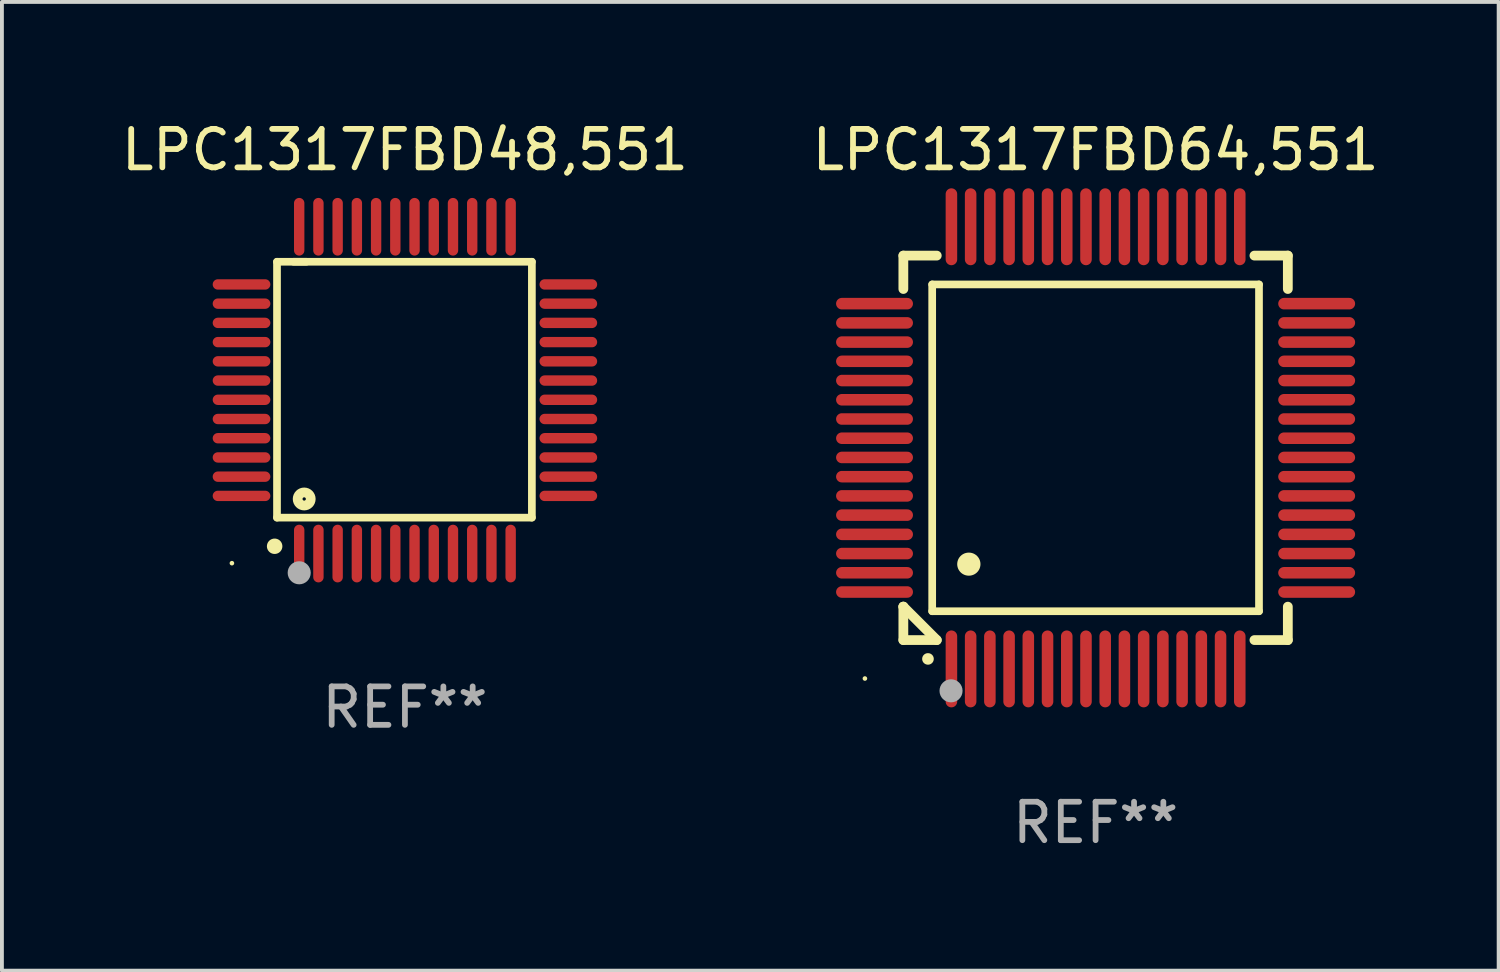
<source format=kicad_pcb>
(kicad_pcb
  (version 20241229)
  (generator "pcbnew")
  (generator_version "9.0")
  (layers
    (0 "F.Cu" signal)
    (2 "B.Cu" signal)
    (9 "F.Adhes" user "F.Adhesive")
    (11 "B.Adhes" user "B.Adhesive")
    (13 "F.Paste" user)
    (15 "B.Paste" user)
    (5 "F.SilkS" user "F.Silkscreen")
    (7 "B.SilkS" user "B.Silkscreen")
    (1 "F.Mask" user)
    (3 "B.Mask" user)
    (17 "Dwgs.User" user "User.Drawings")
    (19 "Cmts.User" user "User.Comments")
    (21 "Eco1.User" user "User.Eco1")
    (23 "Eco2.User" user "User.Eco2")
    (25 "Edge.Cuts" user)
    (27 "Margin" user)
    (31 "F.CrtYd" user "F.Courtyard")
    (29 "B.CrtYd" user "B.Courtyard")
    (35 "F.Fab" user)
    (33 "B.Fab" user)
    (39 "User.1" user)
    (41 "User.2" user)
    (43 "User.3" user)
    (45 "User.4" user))
  (footprint "LPC1317FBD64,551"
    (layer "F.Cu")
    (at 25.446 8.598)
    (property "Reference" "LPC1317FBD64,551" (at 0 -7.75 0) (layer "F.SilkS") (effects (font (size 1 1) (thickness 0.15))))
    (attr through_hole)
    (fp_line (start -5 -5) (end -4.131 -5) (stroke (width 0.254) (type solid)) (layer "F.SilkS"))
    (fp_line (start -5 -4.131) (end -5 -5) (stroke (width 0.254) (type solid)) (layer "F.SilkS"))
    (fp_line (start -5 4.131) (end -5 4.131) (stroke (width 0.254) (type solid)) (layer "F.SilkS"))
    (fp_line (start -5 5) (end -5 4.131) (stroke (width 0.254) (type solid)) (layer "F.SilkS"))
    (fp_line (start -5 4.131) (end -4.131 5) (stroke (width 0.254) (type solid)) (layer "F.SilkS"))
    (fp_line (start -4.25 -4.25) (end -4.25 4.25) (stroke (width 0.2) (type solid)) (layer "F.SilkS"))
    (fp_line (start -4.25 4.25) (end 4.25 4.25) (stroke (width 0.2) (type solid)) (layer "F.SilkS"))
    (fp_line (start -4.131 5) (end -5 5) (stroke (width 0.254) (type solid)) (layer "F.SilkS"))
    (fp_line (start 4.25 -4.25) (end -4.25 -4.25) (stroke (width 0.2) (type solid)) (layer "F.SilkS"))
    (fp_line (start 4.25 4.25) (end 4.25 -4.25) (stroke (width 0.2) (type solid)) (layer "F.SilkS"))
    (fp_line (start 5 -5) (end 4.131 -5) (stroke (width 0.254) (type solid)) (layer "F.SilkS"))
    (fp_line (start 5 -5) (end 5 -4.131) (stroke (width 0.254) (type solid)) (layer "F.SilkS"))
    (fp_line (start 5 4.131) (end 5 5) (stroke (width 0.254) (type solid)) (layer "F.SilkS"))
    (fp_line (start 5 5) (end 4.131 5) (stroke (width 0.254) (type solid)) (layer "F.SilkS"))
    (fp_arc (start -4.361265 5.489992) (mid -4.359995 5.489987) (end -4.358725 5.489992) (stroke (width 0.3) (type solid)) (layer "F.SilkS"))
    (fp_arc (start -3.299467 3.025146) (mid -3.296927 3.025135) (end -3.294387 3.025146) (stroke (width 0.6) (type solid)) (layer "F.SilkS"))
    (fp_circle (center -6 6) (end -5.97 6) (stroke (width 0.06) (type solid)) (fill no) (layer "F.SilkS"))
    (fp_circle (center -3.76 6.32) (end -3.61 6.32) (stroke (width 0.3) (type solid)) (fill no) (layer "F.Fab"))
    (fp_text user "REF**" (at 0 9.75 0) (layer "F.Fab") (effects (font (size 1 1) (thickness 0.15))))
    (pad "1" smd oval (at -3.75 5.75) (size 0.3 2) (layers "F.Cu" "F.Mask" "F.Paste"))
    (pad "2" smd oval (at -3.25 5.75) (size 0.3 2) (layers "F.Cu" "F.Mask" "F.Paste"))
    (pad "3" smd oval (at -2.75 5.75) (size 0.3 2) (layers "F.Cu" "F.Mask" "F.Paste"))
    (pad "4" smd oval (at -2.25 5.75) (size 0.3 2) (layers "F.Cu" "F.Mask" "F.Paste"))
    (pad "5" smd oval (at -1.75 5.75) (size 0.3 2) (layers "F.Cu" "F.Mask" "F.Paste"))
    (pad "6" smd oval (at -1.25 5.75) (size 0.3 2) (layers "F.Cu" "F.Mask" "F.Paste"))
    (pad "7" smd oval (at -0.75 5.75) (size 0.3 2) (layers "F.Cu" "F.Mask" "F.Paste"))
    (pad "8" smd oval (at -0.25 5.75) (size 0.3 2) (layers "F.Cu" "F.Mask" "F.Paste"))
    (pad "9" smd oval (at 0.25 5.75) (size 0.3 2) (layers "F.Cu" "F.Mask" "F.Paste"))
    (pad "10" smd oval (at 0.75 5.75) (size 0.3 2) (layers "F.Cu" "F.Mask" "F.Paste"))
    (pad "11" smd oval (at 1.25 5.75) (size 0.3 2) (layers "F.Cu" "F.Mask" "F.Paste"))
    (pad "12" smd oval (at 1.75 5.75) (size 0.3 2) (layers "F.Cu" "F.Mask" "F.Paste"))
    (pad "13" smd oval (at 2.25 5.75) (size 0.3 2) (layers "F.Cu" "F.Mask" "F.Paste"))
    (pad "14" smd oval (at 2.75 5.75) (size 0.3 2) (layers "F.Cu" "F.Mask" "F.Paste"))
    (pad "15" smd oval (at 3.25 5.75) (size 0.3 2) (layers "F.Cu" "F.Mask" "F.Paste"))
    (pad "16" smd oval (at 3.75 5.75) (size 0.3 2) (layers "F.Cu" "F.Mask" "F.Paste"))
    (pad "17" smd oval (at 5.75 3.75) (size 2 0.3) (layers "F.Cu" "F.Mask" "F.Paste"))
    (pad "18" smd oval (at 5.75 3.25) (size 2 0.3) (layers "F.Cu" "F.Mask" "F.Paste"))
    (pad "19" smd oval (at 5.75 2.75) (size 2 0.3) (layers "F.Cu" "F.Mask" "F.Paste"))
    (pad "20" smd oval (at 5.75 2.25) (size 2 0.3) (layers "F.Cu" "F.Mask" "F.Paste"))
    (pad "21" smd oval (at 5.75 1.75) (size 2 0.3) (layers "F.Cu" "F.Mask" "F.Paste"))
    (pad "22" smd oval (at 5.75 1.25) (size 2 0.3) (layers "F.Cu" "F.Mask" "F.Paste"))
    (pad "23" smd oval (at 5.75 0.75) (size 2 0.3) (layers "F.Cu" "F.Mask" "F.Paste"))
    (pad "24" smd oval (at 5.75 0.25) (size 2 0.3) (layers "F.Cu" "F.Mask" "F.Paste"))
    (pad "25" smd oval (at 5.75 -0.25) (size 2 0.3) (layers "F.Cu" "F.Mask" "F.Paste"))
    (pad "26" smd oval (at 5.75 -0.75) (size 2 0.3) (layers "F.Cu" "F.Mask" "F.Paste"))
    (pad "27" smd oval (at 5.75 -1.25) (size 2 0.3) (layers "F.Cu" "F.Mask" "F.Paste"))
    (pad "28" smd oval (at 5.75 -1.75) (size 2 0.3) (layers "F.Cu" "F.Mask" "F.Paste"))
    (pad "29" smd oval (at 5.75 -2.25) (size 2 0.3) (layers "F.Cu" "F.Mask" "F.Paste"))
    (pad "30" smd oval (at 5.75 -2.75) (size 2 0.3) (layers "F.Cu" "F.Mask" "F.Paste"))
    (pad "31" smd oval (at 5.75 -3.25) (size 2 0.3) (layers "F.Cu" "F.Mask" "F.Paste"))
    (pad "32" smd oval (at 5.75 -3.75) (size 2 0.3) (layers "F.Cu" "F.Mask" "F.Paste"))
    (pad "33" smd oval (at 3.75 -5.75) (size 0.3 2) (layers "F.Cu" "F.Mask" "F.Paste"))
    (pad "34" smd oval (at 3.25 -5.75) (size 0.3 2) (layers "F.Cu" "F.Mask" "F.Paste"))
    (pad "35" smd oval (at 2.75 -5.75) (size 0.3 2) (layers "F.Cu" "F.Mask" "F.Paste"))
    (pad "36" smd oval (at 2.25 -5.75) (size 0.3 2) (layers "F.Cu" "F.Mask" "F.Paste"))
    (pad "37" smd oval (at 1.75 -5.75) (size 0.3 2) (layers "F.Cu" "F.Mask" "F.Paste"))
    (pad "38" smd oval (at 1.25 -5.75) (size 0.3 2) (layers "F.Cu" "F.Mask" "F.Paste"))
    (pad "39" smd oval (at 0.75 -5.75) (size 0.3 2) (layers "F.Cu" "F.Mask" "F.Paste"))
    (pad "40" smd oval (at 0.25 -5.75) (size 0.3 2) (layers "F.Cu" "F.Mask" "F.Paste"))
    (pad "41" smd oval (at -0.25 -5.75) (size 0.3 2) (layers "F.Cu" "F.Mask" "F.Paste"))
    (pad "42" smd oval (at -0.75 -5.75) (size 0.3 2) (layers "F.Cu" "F.Mask" "F.Paste"))
    (pad "43" smd oval (at -1.25 -5.75) (size 0.3 2) (layers "F.Cu" "F.Mask" "F.Paste"))
    (pad "44" smd oval (at -1.75 -5.75) (size 0.3 2) (layers "F.Cu" "F.Mask" "F.Paste"))
    (pad "45" smd oval (at -2.25 -5.75) (size 0.3 2) (layers "F.Cu" "F.Mask" "F.Paste"))
    (pad "46" smd oval (at -2.75 -5.75) (size 0.3 2) (layers "F.Cu" "F.Mask" "F.Paste"))
    (pad "47" smd oval (at -3.25 -5.75) (size 0.3 2) (layers "F.Cu" "F.Mask" "F.Paste"))
    (pad "48" smd oval (at -3.75 -5.75) (size 0.3 2) (layers "F.Cu" "F.Mask" "F.Paste"))
    (pad "49" smd oval (at -5.75 -3.75) (size 2 0.3) (layers "F.Cu" "F.Mask" "F.Paste"))
    (pad "50" smd oval (at -5.75 -3.25) (size 2 0.3) (layers "F.Cu" "F.Mask" "F.Paste"))
    (pad "51" smd oval (at -5.75 -2.75) (size 2 0.3) (layers "F.Cu" "F.Mask" "F.Paste"))
    (pad "52" smd oval (at -5.75 -2.25) (size 2 0.3) (layers "F.Cu" "F.Mask" "F.Paste"))
    (pad "53" smd oval (at -5.75 -1.75) (size 2 0.3) (layers "F.Cu" "F.Mask" "F.Paste"))
    (pad "54" smd oval (at -5.75 -1.25) (size 2 0.3) (layers "F.Cu" "F.Mask" "F.Paste"))
    (pad "55" smd oval (at -5.75 -0.75) (size 2 0.3) (layers "F.Cu" "F.Mask" "F.Paste"))
    (pad "56" smd oval (at -5.75 -0.25) (size 2 0.3) (layers "F.Cu" "F.Mask" "F.Paste"))
    (pad "57" smd oval (at -5.75 0.25) (size 2 0.3) (layers "F.Cu" "F.Mask" "F.Paste"))
    (pad "58" smd oval (at -5.75 0.75) (size 2 0.3) (layers "F.Cu" "F.Mask" "F.Paste"))
    (pad "59" smd oval (at -5.75 1.25) (size 2 0.3) (layers "F.Cu" "F.Mask" "F.Paste"))
    (pad "60" smd oval (at -5.75 1.75) (size 2 0.3) (layers "F.Cu" "F.Mask" "F.Paste"))
    (pad "61" smd oval (at -5.75 2.25) (size 2 0.3) (layers "F.Cu" "F.Mask" "F.Paste"))
    (pad "62" smd oval (at -5.75 2.75) (size 2 0.3) (layers "F.Cu" "F.Mask" "F.Paste"))
    (pad "63" smd oval (at -5.75 3.25) (size 2 0.3) (layers "F.Cu" "F.Mask" "F.Paste"))
    (pad "64" smd oval (at -5.75 3.75) (size 2 0.3) (layers "F.Cu" "F.Mask" "F.Paste")))
  (footprint "LPC1317FBD48,551"
    (layer "F.Cu")
    (at 7.482 7.098)
    (property "Reference" "LPC1317FBD48,551" (at 0 -6.25 0) (layer "F.SilkS") (effects (font (size 1 1) (thickness 0.15))))
    (attr through_hole)
    (fp_line (start -3.327 -3.34) (end -2.565 -3.34) (stroke (width 0.2) (type solid)) (layer "F.SilkS"))
    (fp_line (start -3.327 3.315) (end -3.327 -3.34) (stroke (width 0.2) (type solid)) (layer "F.SilkS"))
    (fp_line (start -2.896 -3.34) (end 3.302 -3.34) (stroke (width 0.2) (type solid)) (layer "F.SilkS"))
    (fp_line (start 3.302 -3.34) (end 3.302 3.315) (stroke (width 0.2) (type solid)) (layer "F.SilkS"))
    (fp_line (start 3.302 3.315) (end -3.327 3.315) (stroke (width 0.2) (type solid)) (layer "F.SilkS"))
    (fp_arc (start -3.389992 4.059995) (mid -3.388722 4.059991) (end -3.387452 4.059995) (stroke (width 0.4) (type solid)) (layer "F.SilkS"))
    (fp_circle (center -4.5 4.5) (end -4.47 4.5) (stroke (width 0.06) (type solid)) (fill no) (layer "F.SilkS"))
    (fp_circle (center -2.62 2.83) (end -2.45 2.83) (stroke (width 0.254) (type solid)) (fill no) (layer "F.SilkS"))
    (fp_circle (center -2.75 4.75) (end -2.6 4.75) (stroke (width 0.3) (type solid)) (fill no) (layer "F.Fab"))
    (fp_text user "REF**" (at 0 8.25 0) (layer "F.Fab") (effects (font (size 1 1) (thickness 0.15))))
    (pad "1" smd oval (at -2.75 4.25) (size 0.27 1.5) (layers "F.Cu" "F.Mask" "F.Paste"))
    (pad "2" smd oval (at -2.25 4.25) (size 0.27 1.5) (layers "F.Cu" "F.Mask" "F.Paste"))
    (pad "3" smd oval (at -1.75 4.25) (size 0.27 1.5) (layers "F.Cu" "F.Mask" "F.Paste"))
    (pad "4" smd oval (at -1.25 4.25) (size 0.27 1.5) (layers "F.Cu" "F.Mask" "F.Paste"))
    (pad "5" smd oval (at -0.75 4.25) (size 0.27 1.5) (layers "F.Cu" "F.Mask" "F.Paste"))
    (pad "6" smd oval (at -0.25 4.25) (size 0.27 1.5) (layers "F.Cu" "F.Mask" "F.Paste"))
    (pad "7" smd oval (at 0.25 4.25) (size 0.27 1.5) (layers "F.Cu" "F.Mask" "F.Paste"))
    (pad "8" smd oval (at 0.75 4.25) (size 0.27 1.5) (layers "F.Cu" "F.Mask" "F.Paste"))
    (pad "9" smd oval (at 1.25 4.25) (size 0.27 1.5) (layers "F.Cu" "F.Mask" "F.Paste"))
    (pad "10" smd oval (at 1.75 4.25) (size 0.27 1.5) (layers "F.Cu" "F.Mask" "F.Paste"))
    (pad "11" smd oval (at 2.25 4.25) (size 0.27 1.5) (layers "F.Cu" "F.Mask" "F.Paste"))
    (pad "12" smd oval (at 2.75 4.25) (size 0.27 1.5) (layers "F.Cu" "F.Mask" "F.Paste"))
    (pad "13" smd oval (at 4.25 2.75) (size 1.5 0.27) (layers "F.Cu" "F.Mask" "F.Paste"))
    (pad "14" smd oval (at 4.25 2.25) (size 1.5 0.27) (layers "F.Cu" "F.Mask" "F.Paste"))
    (pad "15" smd oval (at 4.25 1.75) (size 1.5 0.27) (layers "F.Cu" "F.Mask" "F.Paste"))
    (pad "16" smd oval (at 4.25 1.25) (size 1.5 0.27) (layers "F.Cu" "F.Mask" "F.Paste"))
    (pad "17" smd oval (at 4.25 0.75) (size 1.5 0.27) (layers "F.Cu" "F.Mask" "F.Paste"))
    (pad "18" smd oval (at 4.25 0.25) (size 1.5 0.27) (layers "F.Cu" "F.Mask" "F.Paste"))
    (pad "19" smd oval (at 4.25 -0.25) (size 1.5 0.27) (layers "F.Cu" "F.Mask" "F.Paste"))
    (pad "20" smd oval (at 4.25 -0.75) (size 1.5 0.27) (layers "F.Cu" "F.Mask" "F.Paste"))
    (pad "21" smd oval (at 4.25 -1.25) (size 1.5 0.27) (layers "F.Cu" "F.Mask" "F.Paste"))
    (pad "22" smd oval (at 4.25 -1.75) (size 1.5 0.27) (layers "F.Cu" "F.Mask" "F.Paste"))
    (pad "23" smd oval (at 4.25 -2.25) (size 1.5 0.27) (layers "F.Cu" "F.Mask" "F.Paste"))
    (pad "24" smd oval (at 4.25 -2.75) (size 1.5 0.27) (layers "F.Cu" "F.Mask" "F.Paste"))
    (pad "25" smd oval (at 2.75 -4.25) (size 0.27 1.5) (layers "F.Cu" "F.Mask" "F.Paste"))
    (pad "26" smd oval (at 2.25 -4.25) (size 0.27 1.5) (layers "F.Cu" "F.Mask" "F.Paste"))
    (pad "27" smd oval (at 1.75 -4.25) (size 0.27 1.5) (layers "F.Cu" "F.Mask" "F.Paste"))
    (pad "28" smd oval (at 1.25 -4.25) (size 0.27 1.5) (layers "F.Cu" "F.Mask" "F.Paste"))
    (pad "29" smd oval (at 0.75 -4.25) (size 0.27 1.5) (layers "F.Cu" "F.Mask" "F.Paste"))
    (pad "30" smd oval (at 0.25 -4.25) (size 0.27 1.5) (layers "F.Cu" "F.Mask" "F.Paste"))
    (pad "31" smd oval (at -0.25 -4.25) (size 0.27 1.5) (layers "F.Cu" "F.Mask" "F.Paste"))
    (pad "32" smd oval (at -0.75 -4.25) (size 0.27 1.5) (layers "F.Cu" "F.Mask" "F.Paste"))
    (pad "33" smd oval (at -1.25 -4.25) (size 0.27 1.5) (layers "F.Cu" "F.Mask" "F.Paste"))
    (pad "34" smd oval (at -1.75 -4.25) (size 0.27 1.5) (layers "F.Cu" "F.Mask" "F.Paste"))
    (pad "35" smd oval (at -2.25 -4.25) (size 0.27 1.5) (layers "F.Cu" "F.Mask" "F.Paste"))
    (pad "36" smd oval (at -2.75 -4.25) (size 0.27 1.5) (layers "F.Cu" "F.Mask" "F.Paste"))
    (pad "37" smd oval (at -4.25 -2.75) (size 1.5 0.27) (layers "F.Cu" "F.Mask" "F.Paste"))
    (pad "38" smd oval (at -4.25 -2.25) (size 1.5 0.27) (layers "F.Cu" "F.Mask" "F.Paste"))
    (pad "39" smd oval (at -4.25 -1.75) (size 1.5 0.27) (layers "F.Cu" "F.Mask" "F.Paste"))
    (pad "40" smd oval (at -4.25 -1.25) (size 1.5 0.27) (layers "F.Cu" "F.Mask" "F.Paste"))
    (pad "41" smd oval (at -4.25 -0.75) (size 1.5 0.27) (layers "F.Cu" "F.Mask" "F.Paste"))
    (pad "42" smd oval (at -4.25 -0.25) (size 1.5 0.27) (layers "F.Cu" "F.Mask" "F.Paste"))
    (pad "43" smd oval (at -4.25 0.25) (size 1.5 0.27) (layers "F.Cu" "F.Mask" "F.Paste"))
    (pad "44" smd oval (at -4.25 0.75) (size 1.5 0.27) (layers "F.Cu" "F.Mask" "F.Paste"))
    (pad "45" smd oval (at -4.25 1.25) (size 1.5 0.27) (layers "F.Cu" "F.Mask" "F.Paste"))
    (pad "46" smd oval (at -4.25 1.75) (size 1.5 0.27) (layers "F.Cu" "F.Mask" "F.Paste"))
    (pad "47" smd oval (at -4.25 2.25) (size 1.5 0.27) (layers "F.Cu" "F.Mask" "F.Paste"))
    (pad "48" smd oval (at -4.25 2.75) (size 1.5 0.27) (layers "F.Cu" "F.Mask" "F.Paste")))
  (gr_rect
    (start -3 -3)
    (end 35.929 22.196)
    (stroke (width 0.1) (type default))
    (fill no)
    (layer "Edge.Cuts")))
</source>
